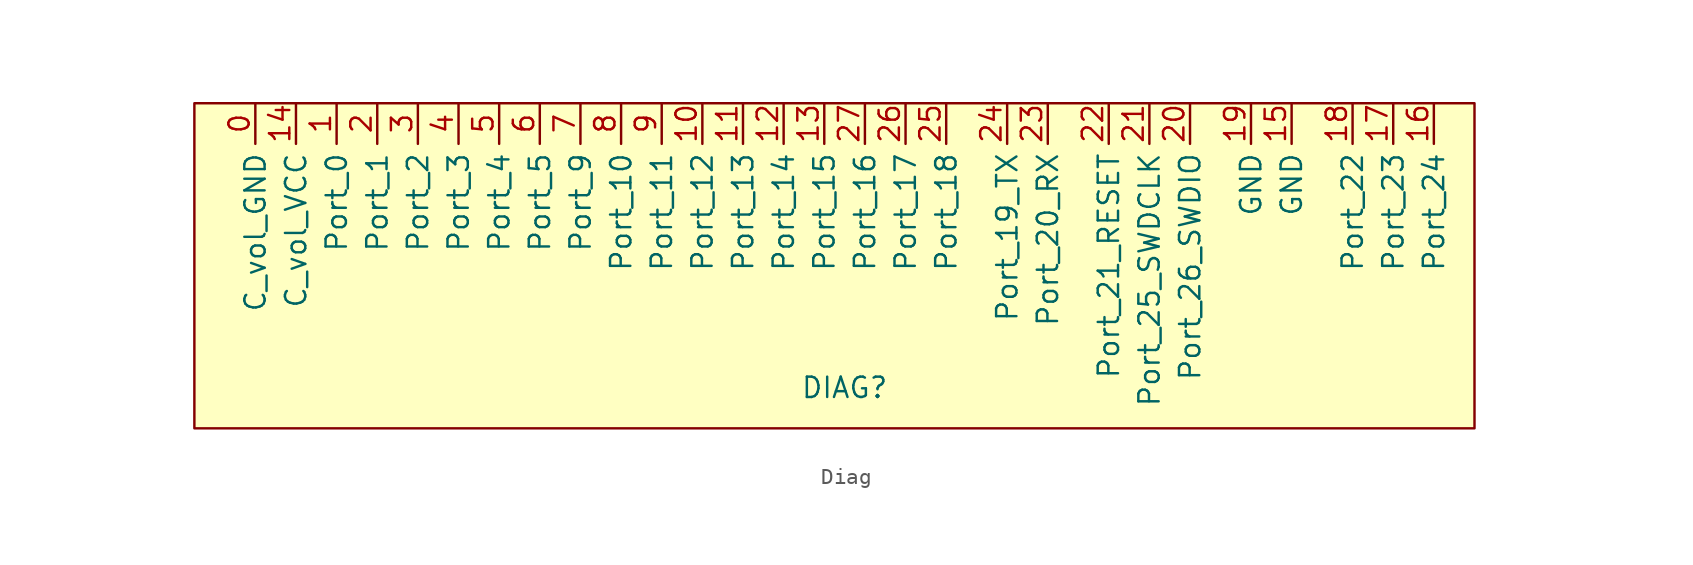
<source format=kicad_sym>
(kicad_symbol_lib
  (version 20231120)
  (generator "kicad_symbol_editor")
  (generator_version "8.0")
  (symbol "Diag"
    (property "Reference" "DIAG"
      (at 36.83 -8.89 0)
      (effects (font (size 1.27 1.27))))
    (property "Value" ""
      (at 77.47 7.62 0)
      (effects (font (size 1.27 1.27))))
    (symbol "Diag_0_1"
      (rectangle (start -3.81 8.89) (end 76.2 -11.43) (stroke (width 0) (type default)) (fill (type background))))
    (symbol "Diag_1_1"
      (pin output line (at 0 8.89 270) (length 2.54) (name "C_vol_GND" (effects (font (size 1.27 1.27)))) (number "0" (effects (font (size 1.27 1.27)))))
      (pin output line (at 5.08 8.89 270) (length 2.54) (name "Port_0" (effects (font (size 1.27 1.27)))) (number "1" (effects (font (size 1.27 1.27)))))
      (pin output line (at 27.94 8.89 270) (length 2.54) (name "Port_12" (effects (font (size 1.27 1.27)))) (number "10" (effects (font (size 1.27 1.27)))))
      (pin output line (at 30.48 8.89 270) (length 2.54) (name "Port_13" (effects (font (size 1.27 1.27)))) (number "11" (effects (font (size 1.27 1.27)))))
      (pin output line (at 33.02 8.89 270) (length 2.54) (name "Port_14" (effects (font (size 1.27 1.27)))) (number "12" (effects (font (size 1.27 1.27)))))
      (pin output line (at 35.56 8.89 270) (length 2.54) (name "Port_15" (effects (font (size 1.27 1.27)))) (number "13" (effects (font (size 1.27 1.27)))))
      (pin output line (at 2.54 8.89 270) (length 2.54) (name "C_vol_VCC" (effects (font (size 1.27 1.27)))) (number "14" (effects (font (size 1.27 1.27)))))
      (pin output line (at 64.77 8.89 270) (length 2.54) (name "GND" (effects (font (size 1.27 1.27)))) (number "15" (effects (font (size 1.27 1.27)))))
      (pin output line (at 73.66 8.89 270) (length 2.54) (name "Port_24" (effects (font (size 1.27 1.27)))) (number "16" (effects (font (size 1.27 1.27)))))
      (pin output line (at 71.12 8.89 270) (length 2.54) (name "Port_23" (effects (font (size 1.27 1.27)))) (number "17" (effects (font (size 1.27 1.27)))))
      (pin output line (at 68.58 8.89 270) (length 2.54) (name "Port_22" (effects (font (size 1.27 1.27)))) (number "18" (effects (font (size 1.27 1.27)))))
      (pin output line (at 62.23 8.89 270) (length 2.54) (name "GND" (effects (font (size 1.27 1.27)))) (number "19" (effects (font (size 1.27 1.27)))))
      (pin output line (at 7.62 8.89 270) (length 2.54) (name "Port_1" (effects (font (size 1.27 1.27)))) (number "2" (effects (font (size 1.27 1.27)))))
      (pin output line (at 58.42 8.89 270) (length 2.54) (name "Port_26_SWDIO" (effects (font (size 1.27 1.27)))) (number "20" (effects (font (size 1.27 1.27)))))
      (pin output line (at 55.88 8.89 270) (length 2.54) (name "Port_25_SWDCLK" (effects (font (size 1.27 1.27)))) (number "21" (effects (font (size 1.27 1.27)))))
      (pin output line (at 53.34 8.89 270) (length 2.54) (name "Port_21_RESET" (effects (font (size 1.27 1.27)))) (number "22" (effects (font (size 1.27 1.27)))))
      (pin output line (at 49.53 8.89 270) (length 2.54) (name "Port_20_RX" (effects (font (size 1.27 1.27)))) (number "23" (effects (font (size 1.27 1.27)))))
      (pin output line (at 46.99 8.89 270) (length 2.54) (name "Port_19_TX" (effects (font (size 1.27 1.27)))) (number "24" (effects (font (size 1.27 1.27)))))
      (pin output line (at 43.18 8.89 270) (length 2.54) (name "Port_18" (effects (font (size 1.27 1.27)))) (number "25" (effects (font (size 1.27 1.27)))))
      (pin output line (at 40.64 8.89 270) (length 2.54) (name "Port_17" (effects (font (size 1.27 1.27)))) (number "26" (effects (font (size 1.27 1.27)))))
      (pin output line (at 38.1 8.89 270) (length 2.54) (name "Port_16" (effects (font (size 1.27 1.27)))) (number "27" (effects (font (size 1.27 1.27)))))
      (pin output line (at 10.16 8.89 270) (length 2.54) (name "Port_2" (effects (font (size 1.27 1.27)))) (number "3" (effects (font (size 1.27 1.27)))))
      (pin output line (at 12.7 8.89 270) (length 2.54) (name "Port_3" (effects (font (size 1.27 1.27)))) (number "4" (effects (font (size 1.27 1.27)))))
      (pin output line (at 15.24 8.89 270) (length 2.54) (name "Port_4" (effects (font (size 1.27 1.27)))) (number "5" (effects (font (size 1.27 1.27)))))
      (pin output line (at 17.78 8.89 270) (length 2.54) (name "Port_5" (effects (font (size 1.27 1.27)))) (number "6" (effects (font (size 1.27 1.27)))))
      (pin output line (at 20.32 8.89 270) (length 2.54) (name "Port_9" (effects (font (size 1.27 1.27)))) (number "7" (effects (font (size 1.27 1.27)))))
      (pin output line (at 22.86 8.89 270) (length 2.54) (name "Port_10" (effects (font (size 1.27 1.27)))) (number "8" (effects (font (size 1.27 1.27)))))
      (pin output line (at 25.4 8.89 270) (length 2.54) (name "Port_11" (effects (font (size 1.27 1.27)))) (number "9" (effects (font (size 1.27 1.27))))))))
</source>
